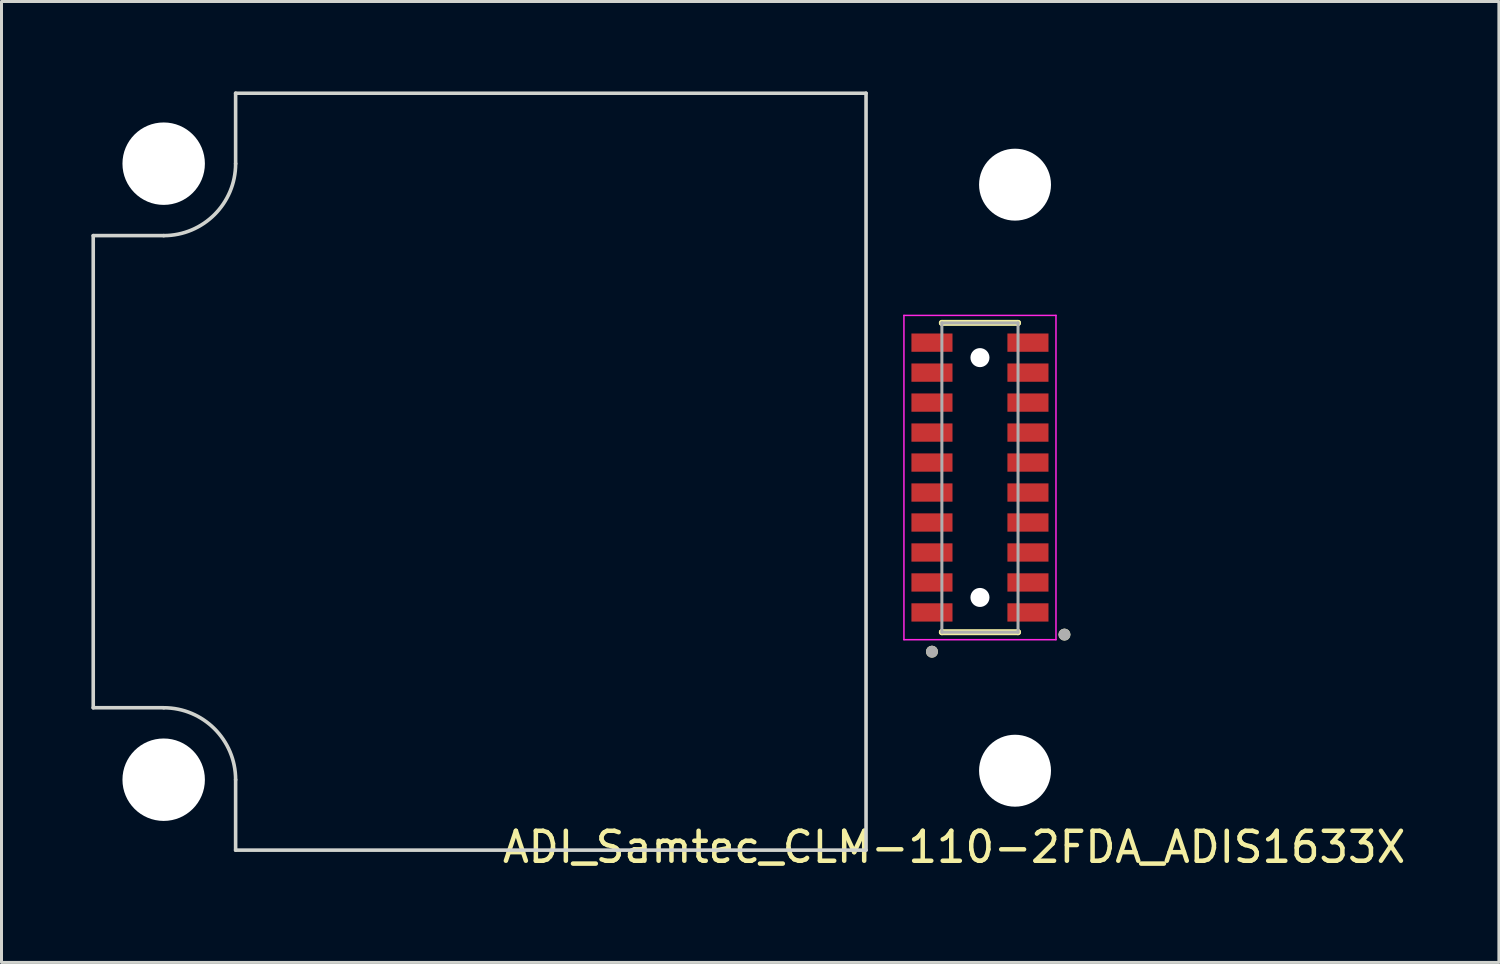
<source format=kicad_pcb>
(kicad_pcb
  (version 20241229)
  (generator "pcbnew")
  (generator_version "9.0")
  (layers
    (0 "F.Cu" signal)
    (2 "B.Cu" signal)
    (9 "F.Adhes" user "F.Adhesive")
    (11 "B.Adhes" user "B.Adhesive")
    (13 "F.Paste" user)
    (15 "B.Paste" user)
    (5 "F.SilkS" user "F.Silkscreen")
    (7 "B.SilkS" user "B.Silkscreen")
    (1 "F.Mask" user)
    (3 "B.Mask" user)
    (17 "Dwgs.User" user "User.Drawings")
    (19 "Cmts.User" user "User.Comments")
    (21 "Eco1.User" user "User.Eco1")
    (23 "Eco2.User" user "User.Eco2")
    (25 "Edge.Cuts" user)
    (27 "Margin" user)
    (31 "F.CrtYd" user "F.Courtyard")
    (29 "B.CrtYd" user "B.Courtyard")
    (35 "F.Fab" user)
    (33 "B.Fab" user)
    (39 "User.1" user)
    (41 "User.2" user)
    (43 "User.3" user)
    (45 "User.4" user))
  (footprint "ADI_Samtec_CLM-110-2FDA_ADIS1633X"
    (layer "F.Cu")
    (at 30.81 3.11)
    (property "Reference" "ADI_Samtec_CLM-110-2FDA_ADIS1633X" (at -2.032 22.098 0) (layer "F.SilkS") (effects (font (size 1 1) (thickness 0.15))))
    (attr smd)
    (fp_line (start -2.44 4.611) (end 0.1 4.611) (stroke (width 0.2) (type solid)) (layer "F.SilkS"))
    (fp_line (start -2.44 4.615) (end -2.44 4.611) (stroke (width 0.2) (type solid)) (layer "F.SilkS"))
    (fp_line (start -2.44 14.925) (end -2.44 14.929) (stroke (width 0.2) (type solid)) (layer "F.SilkS"))
    (fp_line (start 0.1 4.611) (end 0.1 4.615) (stroke (width 0.2) (type solid)) (layer "F.SilkS"))
    (fp_line (start 0.1 14.925) (end 0.1 14.929) (stroke (width 0.2) (type solid)) (layer "F.SilkS"))
    (fp_line (start 0.1 14.929) (end -2.44 14.929) (stroke (width 0.2) (type solid)) (layer "F.SilkS"))
    (fp_circle (center -2.771 15.579) (end -2.771 15.679) (stroke (width 0.2) (type solid)) (fill no) (layer "F.SilkS"))
    (fp_circle (center 1.649 15.009) (end 1.649 15.109) (stroke (width 0.2) (type solid)) (fill no) (layer "F.SilkS"))
    (fp_line (start -30.75 17.45) (end -30.75 1.7) (stroke (width 0.12) (type solid)) (layer "Edge.Cuts"))
    (fp_line (start -28.4 1.7) (end -30.75 1.7) (stroke (width 0.12) (type solid)) (layer "Edge.Cuts"))
    (fp_line (start -28.4 17.45) (end -30.75 17.45) (stroke (width 0.12) (type solid)) (layer "Edge.Cuts"))
    (fp_line (start -26 -3.05) (end -4.97 -3.05) (stroke (width 0.12) (type solid)) (layer "Edge.Cuts"))
    (fp_line (start -26 -0.7) (end -26 -3.05) (stroke (width 0.12) (type solid)) (layer "Edge.Cuts"))
    (fp_line (start -26 19.85) (end -26 22.2) (stroke (width 0.12) (type solid)) (layer "Edge.Cuts"))
    (fp_line (start -26 22.2) (end -4.97 22.2) (stroke (width 0.12) (type solid)) (layer "Edge.Cuts"))
    (fp_line (start -4.97 -3.05) (end -4.97 22.2) (stroke (width 0.12) (type solid)) (layer "Edge.Cuts"))
    (fp_arc (start -28.4 17.45) (mid -26.702944 18.152944) (end -26 19.85) (stroke (width 0.12) (type solid)) (layer "Edge.Cuts"))
    (fp_arc (start -26 -0.7) (mid -26.702944 0.997056) (end -28.4 1.7) (stroke (width 0.12) (type solid)) (layer "Edge.Cuts"))
    (fp_line (start -3.706 4.361) (end 1.366 4.361) (stroke (width 0.05) (type solid)) (layer "F.CrtYd"))
    (fp_line (start -3.706 15.179) (end -3.706 4.361) (stroke (width 0.05) (type solid)) (layer "F.CrtYd"))
    (fp_line (start 1.366 4.361) (end 1.366 15.179) (stroke (width 0.05) (type solid)) (layer "F.CrtYd"))
    (fp_line (start 1.366 15.179) (end -3.706 15.179) (stroke (width 0.05) (type solid)) (layer "F.CrtYd"))
    (fp_line (start -2.44 4.611) (end 0.1 4.611) (stroke (width 0.1) (type solid)) (layer "F.Fab"))
    (fp_line (start -2.44 14.929) (end -2.44 4.611) (stroke (width 0.1) (type solid)) (layer "F.Fab"))
    (fp_line (start 0.1 4.611) (end 0.1 14.929) (stroke (width 0.1) (type solid)) (layer "F.Fab"))
    (fp_line (start 0.1 14.929) (end -2.44 14.929) (stroke (width 0.1) (type solid)) (layer "F.Fab"))
    (fp_circle (center -2.771 15.579) (end -2.771 15.679) (stroke (width 0.2) (type solid)) (fill no) (layer "F.Fab"))
    (fp_circle (center 1.649 15.009) (end 1.649 15.109) (stroke (width 0.2) (type solid)) (fill no) (layer "F.Fab"))
    (pad "" np_thru_hole circle (at -28.4 -0.7) (size 2.75 2.75) (drill 2.75) (layers "*.Cu" "*.Mask"))
    (pad "" np_thru_hole circle (at -28.4 19.85) (size 2.75 2.75) (drill 2.75) (layers "*.Cu" "*.Mask"))
    (pad "" np_thru_hole circle (at -1.17 5.77 270) (size 0.635 0.635) (drill 0.635) (layers "*.Cu" "*.Mask"))
    (pad "" np_thru_hole circle (at -1.17 13.77 270) (size 0.635 0.635) (drill 0.635) (layers "*.Cu" "*.Mask"))
    (pad "" np_thru_hole circle (at 0 0) (size 2.4 2.4) (drill 2.4) (layers "*.Cu" "*.Mask"))
    (pad "" np_thru_hole circle (at 0 19.55) (size 2.4 2.4) (drill 2.4) (layers "*.Cu" "*.Mask"))
    (pad "1" smd rect (at -2.771 14.27 270) (size 0.61 1.37) (layers "F.Cu" "F.Mask" "F.Paste"))
    (pad "2" smd rect (at 0.431 14.27 270) (size 0.61 1.37) (layers "F.Cu" "F.Mask" "F.Paste"))
    (pad "3" smd rect (at -2.771 13.27 270) (size 0.61 1.37) (layers "F.Cu" "F.Mask" "F.Paste"))
    (pad "4" smd rect (at 0.431 13.27 270) (size 0.61 1.37) (layers "F.Cu" "F.Mask" "F.Paste"))
    (pad "5" smd rect (at -2.771 12.27 270) (size 0.61 1.37) (layers "F.Cu" "F.Mask" "F.Paste"))
    (pad "6" smd rect (at 0.431 12.27 270) (size 0.61 1.37) (layers "F.Cu" "F.Mask" "F.Paste"))
    (pad "7" smd rect (at -2.771 11.27 270) (size 0.61 1.37) (layers "F.Cu" "F.Mask" "F.Paste"))
    (pad "8" smd rect (at 0.431 11.27 270) (size 0.61 1.37) (layers "F.Cu" "F.Mask" "F.Paste"))
    (pad "9" smd rect (at -2.771 10.27 270) (size 0.61 1.37) (layers "F.Cu" "F.Mask" "F.Paste"))
    (pad "10" smd rect (at 0.431 10.27 270) (size 0.61 1.37) (layers "F.Cu" "F.Mask" "F.Paste"))
    (pad "11" smd rect (at -2.771 9.27 270) (size 0.61 1.37) (layers "F.Cu" "F.Mask" "F.Paste"))
    (pad "12" smd rect (at 0.431 9.27 270) (size 0.61 1.37) (layers "F.Cu" "F.Mask" "F.Paste"))
    (pad "13" smd rect (at -2.771 8.27 270) (size 0.61 1.37) (layers "F.Cu" "F.Mask" "F.Paste"))
    (pad "14" smd rect (at 0.431 8.27 270) (size 0.61 1.37) (layers "F.Cu" "F.Mask" "F.Paste"))
    (pad "15" smd rect (at -2.771 7.27 270) (size 0.61 1.37) (layers "F.Cu" "F.Mask" "F.Paste"))
    (pad "16" smd rect (at 0.431 7.27 270) (size 0.61 1.37) (layers "F.Cu" "F.Mask" "F.Paste"))
    (pad "17" smd rect (at -2.771 6.27 270) (size 0.61 1.37) (layers "F.Cu" "F.Mask" "F.Paste"))
    (pad "18" smd rect (at 0.431 6.27 270) (size 0.61 1.37) (layers "F.Cu" "F.Mask" "F.Paste"))
    (pad "19" smd rect (at -2.771 5.27 270) (size 0.61 1.37) (layers "F.Cu" "F.Mask" "F.Paste"))
    (pad "20" smd rect (at 0.431 5.27 270) (size 0.61 1.37) (layers "F.Cu" "F.Mask" "F.Paste")))
  (gr_rect
    (start -3 -3)
    (end 46.951 29.056)
    (stroke (width 0.1) (type default))
    (fill no)
    (layer "Edge.Cuts")))
</source>
